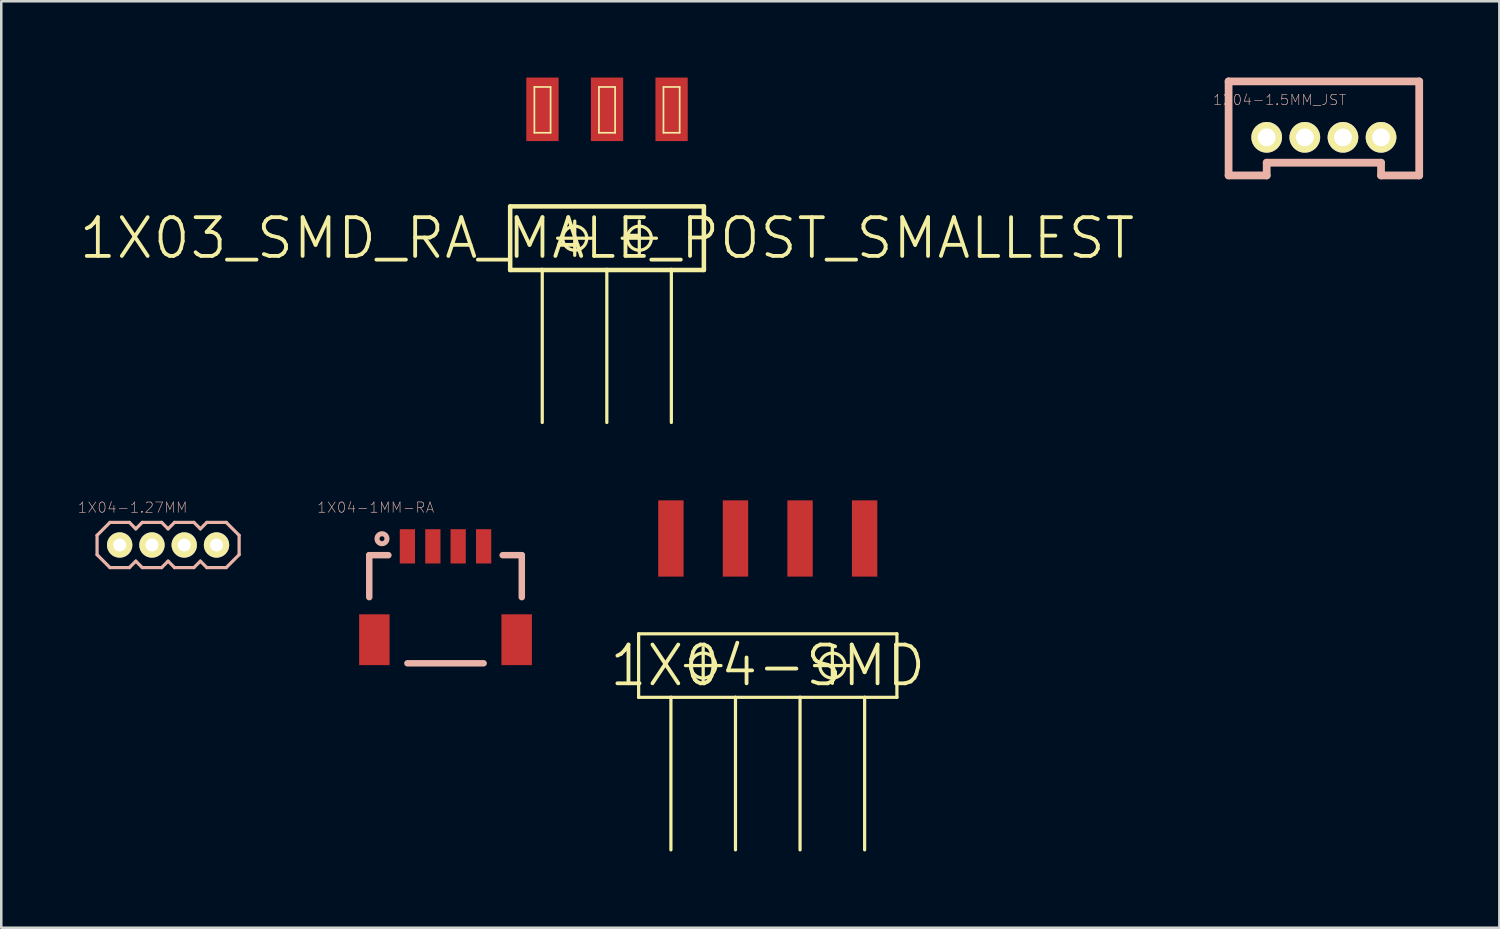
<source format=kicad_pcb>
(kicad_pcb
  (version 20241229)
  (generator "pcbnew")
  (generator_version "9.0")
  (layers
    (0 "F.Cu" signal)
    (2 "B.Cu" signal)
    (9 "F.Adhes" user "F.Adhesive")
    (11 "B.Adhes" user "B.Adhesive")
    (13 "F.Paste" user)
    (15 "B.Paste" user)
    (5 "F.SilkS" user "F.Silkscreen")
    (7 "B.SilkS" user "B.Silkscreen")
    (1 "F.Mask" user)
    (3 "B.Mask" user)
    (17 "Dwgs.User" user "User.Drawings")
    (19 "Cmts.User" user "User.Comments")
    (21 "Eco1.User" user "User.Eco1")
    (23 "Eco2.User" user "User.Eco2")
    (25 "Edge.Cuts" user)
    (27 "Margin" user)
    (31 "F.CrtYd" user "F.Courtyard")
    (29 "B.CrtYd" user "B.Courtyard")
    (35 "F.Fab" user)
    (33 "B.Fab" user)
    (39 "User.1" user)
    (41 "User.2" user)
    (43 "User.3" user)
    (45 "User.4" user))
  (footprint "1X03_SMD_RA_MALE_POST_SMALLEST"
    (layer "F.Cu")
    (at 20.828 6.32)
    (property "Reference" "1X03_SMD_RA_MALE_POST_SMALLEST" (at 0 0 0) (layer "F.SilkS") (effects (font (size 1.524 1.524) (thickness 0.15))))
    (attr smd)
    (fp_line (start -3.81 -1.25) (end -3.81 1.25) (stroke (width 0.178) (type solid)) (layer "F.SilkS"))
    (fp_line (start -2.857 -5.949) (end -2.22 -5.949) (stroke (width 0.066) (type solid)) (layer "F.SilkS"))
    (fp_line (start -2.857 -4.148) (end -2.857 -5.949) (stroke (width 0.066) (type solid)) (layer "F.SilkS"))
    (fp_line (start -2.857 -4.148) (end -2.22 -4.148) (stroke (width 0.066) (type solid)) (layer "F.SilkS"))
    (fp_line (start -2.548 1.25) (end -3.81 1.25) (stroke (width 0.178) (type solid)) (layer "F.SilkS"))
    (fp_line (start -2.548 1.25) (end -2.548 7.249) (stroke (width 0.127) (type solid)) (layer "F.SilkS"))
    (fp_line (start -2.22 -4.148) (end -2.22 -5.949) (stroke (width 0.066) (type solid)) (layer "F.SilkS"))
    (fp_line (start -1.943 0) (end -0.597 0) (stroke (width 0.127) (type solid)) (layer "F.SilkS"))
    (fp_line (start -1.27 0.673) (end -1.27 -0.673) (stroke (width 0.127) (type solid)) (layer "F.SilkS"))
    (fp_line (start -0.318 -5.949) (end 0.318 -5.949) (stroke (width 0.066) (type solid)) (layer "F.SilkS"))
    (fp_line (start -0.318 -4.148) (end -0.318 -5.949) (stroke (width 0.066) (type solid)) (layer "F.SilkS"))
    (fp_line (start -0.318 -4.148) (end 0.318 -4.148) (stroke (width 0.066) (type solid)) (layer "F.SilkS"))
    (fp_line (start -0.008 1.25) (end -2.548 1.25) (stroke (width 0.178) (type solid)) (layer "F.SilkS"))
    (fp_line (start -0.008 1.25) (end -0.008 7.249) (stroke (width 0.127) (type solid)) (layer "F.SilkS"))
    (fp_line (start 0.318 -4.148) (end 0.318 -5.949) (stroke (width 0.066) (type solid)) (layer "F.SilkS"))
    (fp_line (start 0.597 0) (end 1.943 0) (stroke (width 0.127) (type solid)) (layer "F.SilkS"))
    (fp_line (start 1.27 0.673) (end 1.27 -0.673) (stroke (width 0.127) (type solid)) (layer "F.SilkS"))
    (fp_line (start 2.22 -5.949) (end 2.857 -5.949) (stroke (width 0.066) (type solid)) (layer "F.SilkS"))
    (fp_line (start 2.22 -4.148) (end 2.22 -5.949) (stroke (width 0.066) (type solid)) (layer "F.SilkS"))
    (fp_line (start 2.22 -4.148) (end 2.857 -4.148) (stroke (width 0.066) (type solid)) (layer "F.SilkS"))
    (fp_line (start 2.53 1.25) (end -0.008 1.25) (stroke (width 0.178) (type solid)) (layer "F.SilkS"))
    (fp_line (start 2.53 1.25) (end 2.53 7.249) (stroke (width 0.127) (type solid)) (layer "F.SilkS"))
    (fp_line (start 2.857 -4.148) (end 2.857 -5.949) (stroke (width 0.066) (type solid)) (layer "F.SilkS"))
    (fp_line (start 3.81 -1.25) (end -3.81 -1.25) (stroke (width 0.178) (type solid)) (layer "F.SilkS"))
    (fp_line (start 3.81 1.25) (end 2.53 1.25) (stroke (width 0.178) (type solid)) (layer "F.SilkS"))
    (fp_line (start 3.81 1.25) (end 3.81 -1.25) (stroke (width 0.178) (type solid)) (layer "F.SilkS"))
    (fp_circle (center -1.27 0) (end -1.605 0.335) (stroke (width 0.127) (type solid)) (fill no) (layer "F.SilkS"))
    (fp_circle (center 1.27 0) (end 1.605 0.335) (stroke (width 0.127) (type solid)) (fill no) (layer "F.SilkS"))
    (pad "1" smd rect (at -2.54 -5.07 90) (size 2.499 1.27) (layers "F.Cu" "F.Mask" "F.Paste"))
    (pad "2" smd rect (at 0 -5.07 90) (size 2.499 1.27) (layers "F.Cu" "F.Mask" "F.Paste"))
    (pad "3" smd rect (at 2.54 -5.07 90) (size 2.499 1.27) (layers "F.Cu" "F.Mask" "F.Paste")))
  (footprint "1X04-1.27MM"
    (layer "F.Cu")
    (at 1.657 18.388)
    (property "Reference" "1X04-1.27MM" (at 0.508 -1.473 0) (layer "B.SilkS") (effects (font (size 0.406 0.406) (thickness 0.025))))
    (attr exclude_from_pos_files exclude_from_bom)
    (fp_line (start -0.889 -0.381) (end -0.889 0.381) (stroke (width 0.127) (type solid)) (layer "B.SilkS"))
    (fp_line (start -0.889 0.381) (end -0.381 0.889) (stroke (width 0.127) (type solid)) (layer "B.SilkS"))
    (fp_line (start -0.381 -0.889) (end -0.889 -0.381) (stroke (width 0.127) (type solid)) (layer "B.SilkS"))
    (fp_line (start -0.381 0.889) (end 0.381 0.889) (stroke (width 0.127) (type solid)) (layer "B.SilkS"))
    (fp_line (start 0.381 -0.889) (end -0.381 -0.889) (stroke (width 0.127) (type solid)) (layer "B.SilkS"))
    (fp_line (start 0.381 0.889) (end 0.635 0.635) (stroke (width 0.127) (type solid)) (layer "B.SilkS"))
    (fp_line (start 0.635 -0.635) (end 0.381 -0.889) (stroke (width 0.127) (type solid)) (layer "B.SilkS"))
    (fp_line (start 0.635 0.635) (end 0.889 0.889) (stroke (width 0.127) (type solid)) (layer "B.SilkS"))
    (fp_line (start 0.889 -0.889) (end 0.635 -0.635) (stroke (width 0.127) (type solid)) (layer "B.SilkS"))
    (fp_line (start 0.889 0.889) (end 1.651 0.889) (stroke (width 0.127) (type solid)) (layer "B.SilkS"))
    (fp_line (start 1.651 -0.889) (end 0.889 -0.889) (stroke (width 0.127) (type solid)) (layer "B.SilkS"))
    (fp_line (start 1.651 0.889) (end 1.905 0.635) (stroke (width 0.127) (type solid)) (layer "B.SilkS"))
    (fp_line (start 1.905 -0.635) (end 1.651 -0.889) (stroke (width 0.127) (type solid)) (layer "B.SilkS"))
    (fp_line (start 1.905 0.635) (end 2.159 0.889) (stroke (width 0.127) (type solid)) (layer "B.SilkS"))
    (fp_line (start 2.159 -0.889) (end 1.905 -0.635) (stroke (width 0.127) (type solid)) (layer "B.SilkS"))
    (fp_line (start 2.159 0.889) (end 2.921 0.889) (stroke (width 0.127) (type solid)) (layer "B.SilkS"))
    (fp_line (start 2.921 -0.889) (end 2.159 -0.889) (stroke (width 0.127) (type solid)) (layer "B.SilkS"))
    (fp_line (start 2.921 0.889) (end 3.175 0.635) (stroke (width 0.127) (type solid)) (layer "B.SilkS"))
    (fp_line (start 3.175 -0.635) (end 2.921 -0.889) (stroke (width 0.127) (type solid)) (layer "B.SilkS"))
    (fp_line (start 3.175 0.635) (end 3.429 0.889) (stroke (width 0.127) (type solid)) (layer "B.SilkS"))
    (fp_line (start 3.429 -0.889) (end 3.175 -0.635) (stroke (width 0.127) (type solid)) (layer "B.SilkS"))
    (fp_line (start 3.429 0.889) (end 4.191 0.889) (stroke (width 0.127) (type solid)) (layer "B.SilkS"))
    (fp_line (start 4.191 -0.889) (end 3.429 -0.889) (stroke (width 0.127) (type solid)) (layer "B.SilkS"))
    (fp_line (start 4.191 -0.889) (end 4.699 -0.381) (stroke (width 0.127) (type solid)) (layer "B.SilkS"))
    (fp_line (start 4.699 -0.381) (end 4.699 0.381) (stroke (width 0.127) (type solid)) (layer "B.SilkS"))
    (fp_line (start 4.699 0.381) (end 4.191 0.889) (stroke (width 0.127) (type solid)) (layer "B.SilkS"))
    (pad "1" thru_hole circle (at 0 0) (size 0.998 0.998) (drill 0.508) (layers "*.Cu" "F.Mask" "F.SilkS" "F.Paste"))
    (pad "2" thru_hole circle (at 1.27 0) (size 0.998 0.998) (drill 0.508) (layers "*.Cu" "F.Mask" "F.SilkS" "F.Paste"))
    (pad "3" thru_hole circle (at 2.54 0) (size 0.998 0.998) (drill 0.508) (layers "*.Cu" "F.Mask" "F.SilkS" "F.Paste"))
    (pad "4" thru_hole circle (at 3.81 0) (size 0.998 0.998) (drill 0.508) (layers "*.Cu" "F.Mask" "F.SilkS" "F.Paste")))
  (footprint "1X04-1.5MM_JST"
    (layer "F.Cu")
    (at 46.777 2.352)
    (property "Reference" "1X04-1.5MM_JST" (at 0.508 -1.473 0) (layer "B.SilkS") (effects (font (size 0.406 0.406) (thickness 0.025))))
    (attr exclude_from_pos_files exclude_from_bom)
    (fp_line (start -1.499 -2.2) (end 5.999 -2.2) (stroke (width 0.305) (type solid)) (layer "B.SilkS"))
    (fp_line (start -1.499 1.499) (end -1.499 -2.2) (stroke (width 0.305) (type solid)) (layer "B.SilkS"))
    (fp_line (start 0 0.998) (end 0 1.499) (stroke (width 0.305) (type solid)) (layer "B.SilkS"))
    (fp_line (start 0 1.499) (end -1.499 1.499) (stroke (width 0.305) (type solid)) (layer "B.SilkS"))
    (fp_line (start 4.498 0.998) (end 0 0.998) (stroke (width 0.305) (type solid)) (layer "B.SilkS"))
    (fp_line (start 4.498 1.499) (end 4.498 0.998) (stroke (width 0.305) (type solid)) (layer "B.SilkS"))
    (fp_line (start 5.999 -2.2) (end 5.999 1.499) (stroke (width 0.305) (type solid)) (layer "B.SilkS"))
    (fp_line (start 5.999 1.499) (end 4.498 1.499) (stroke (width 0.305) (type solid)) (layer "B.SilkS"))
    (pad "1" thru_hole circle (at 0 0) (size 1.206 1.206) (drill 0.699) (layers "*.Cu" "F.Mask" "F.SilkS" "F.Paste"))
    (pad "2" thru_hole circle (at 1.499 0) (size 1.206 1.206) (drill 0.699) (layers "*.Cu" "F.Mask" "F.SilkS" "F.Paste"))
    (pad "3" thru_hole circle (at 3 0) (size 1.206 1.206) (drill 0.699) (layers "*.Cu" "F.Mask" "F.SilkS" "F.Paste"))
    (pad "4" thru_hole circle (at 4.498 0) (size 1.206 1.206) (drill 0.699) (layers "*.Cu" "F.Mask" "F.SilkS" "F.Paste")))
  (footprint "1X04-1MM-RA"
    (layer "F.Cu")
    (at 14.475 18.441)
    (property "Reference" "1X04-1MM-RA" (at -2.746 -1.527 180) (layer "B.SilkS") (effects (font (size 0.406 0.406) (thickness 0.025))))
    (attr smd)
    (fp_line (start -3 0.348) (end -2.248 0.348) (stroke (width 0.254) (type solid)) (layer "B.SilkS"))
    (fp_line (start -3 1.999) (end -3 0.348) (stroke (width 0.254) (type solid)) (layer "B.SilkS"))
    (fp_line (start -1.499 4.6) (end 1.499 4.6) (stroke (width 0.254) (type solid)) (layer "B.SilkS"))
    (fp_line (start 2.248 0.348) (end 3 0.348) (stroke (width 0.254) (type solid)) (layer "B.SilkS"))
    (fp_line (start 3 0.348) (end 3 1.999) (stroke (width 0.254) (type solid)) (layer "B.SilkS"))
    (fp_circle (center -2.499 -0.3) (end -2.568 -0.368) (stroke (width 0.198) (type solid)) (fill no) (layer "B.SilkS"))
    (pad "1" smd rect (at -1.499 0) (size 0.599 1.349) (layers "F.Cu" "F.Mask" "F.Paste"))
    (pad "2" smd rect (at -0.498 0) (size 0.599 1.349) (layers "F.Cu" "F.Mask" "F.Paste"))
    (pad "3" smd rect (at 0.498 0) (size 0.599 1.349) (layers "F.Cu" "F.Mask" "F.Paste"))
    (pad "4" smd rect (at 1.499 0) (size 0.599 1.349) (layers "F.Cu" "F.Mask" "F.Paste"))
    (pad "NC1" smd rect (at 2.799 3.673) (size 1.199 1.999) (layers "F.Cu" "F.Mask" "F.Paste"))
    (pad "NC2" smd rect (at -2.799 3.673) (size 1.199 1.999) (layers "F.Cu" "F.Mask" "F.Paste")))
  (footprint "1X04-SMD"
    (layer "F.Cu")
    (at 27.151 23.131)
    (property "Reference" "1X04-SMD" (at 0 0 0) (layer "F.SilkS") (effects (font (size 1.524 1.524) (thickness 0.15))))
    (attr smd)
    (fp_line (start -5.08 -1.25) (end -5.08 1.25) (stroke (width 0.127) (type solid)) (layer "F.SilkS"))
    (fp_line (start -5.08 1.25) (end -3.81 1.25) (stroke (width 0.127) (type solid)) (layer "F.SilkS"))
    (fp_line (start -3.81 1.25) (end -3.81 7.249) (stroke (width 0.127) (type solid)) (layer "F.SilkS"))
    (fp_line (start -3.81 1.25) (end -1.27 1.25) (stroke (width 0.127) (type solid)) (layer "F.SilkS"))
    (fp_line (start -3.239 0) (end -1.839 0) (stroke (width 0.127) (type solid)) (layer "F.SilkS"))
    (fp_line (start -2.54 0.699) (end -2.54 -0.699) (stroke (width 0.127) (type solid)) (layer "F.SilkS"))
    (fp_line (start -1.27 1.25) (end -1.27 7.249) (stroke (width 0.127) (type solid)) (layer "F.SilkS"))
    (fp_line (start -1.27 1.25) (end 1.27 1.25) (stroke (width 0.127) (type solid)) (layer "F.SilkS"))
    (fp_line (start 1.27 1.25) (end 1.27 7.249) (stroke (width 0.127) (type solid)) (layer "F.SilkS"))
    (fp_line (start 1.27 1.25) (end 3.81 1.25) (stroke (width 0.127) (type solid)) (layer "F.SilkS"))
    (fp_line (start 1.839 0) (end 3.239 0) (stroke (width 0.127) (type solid)) (layer "F.SilkS"))
    (fp_line (start 2.54 0.699) (end 2.54 -0.699) (stroke (width 0.127) (type solid)) (layer "F.SilkS"))
    (fp_line (start 3.81 1.25) (end 3.81 7.249) (stroke (width 0.127) (type solid)) (layer "F.SilkS"))
    (fp_line (start 3.81 1.25) (end 5.08 1.25) (stroke (width 0.127) (type solid)) (layer "F.SilkS"))
    (fp_line (start 5.08 -1.25) (end -5.08 -1.25) (stroke (width 0.127) (type solid)) (layer "F.SilkS"))
    (fp_line (start 5.08 1.25) (end 5.08 -1.25) (stroke (width 0.127) (type solid)) (layer "F.SilkS"))
    (fp_circle (center -2.54 0) (end -2.888 0.348) (stroke (width 0.127) (type solid)) (fill no) (layer "F.SilkS"))
    (fp_circle (center 2.54 0) (end 2.888 0.348) (stroke (width 0.127) (type solid)) (fill no) (layer "F.SilkS"))
    (pad "1" smd rect (at -3.81 -4.999 90) (size 3 0.998) (layers "F.Cu" "F.Mask" "F.Paste"))
    (pad "2" smd rect (at -1.27 -4.999 90) (size 3 0.998) (layers "F.Cu" "F.Mask" "F.Paste"))
    (pad "3" smd rect (at 1.27 -4.999 90) (size 3 0.998) (layers "F.Cu" "F.Mask" "F.Paste"))
    (pad "4" smd rect (at 3.81 -4.999 90) (size 3 0.998) (layers "F.Cu" "F.Mask" "F.Paste")))
  (gr_rect
    (start -3 -3)
    (end 55.929 33.443)
    (stroke (width 0.1) (type default))
    (fill no)
    (layer "Edge.Cuts")))
</source>
